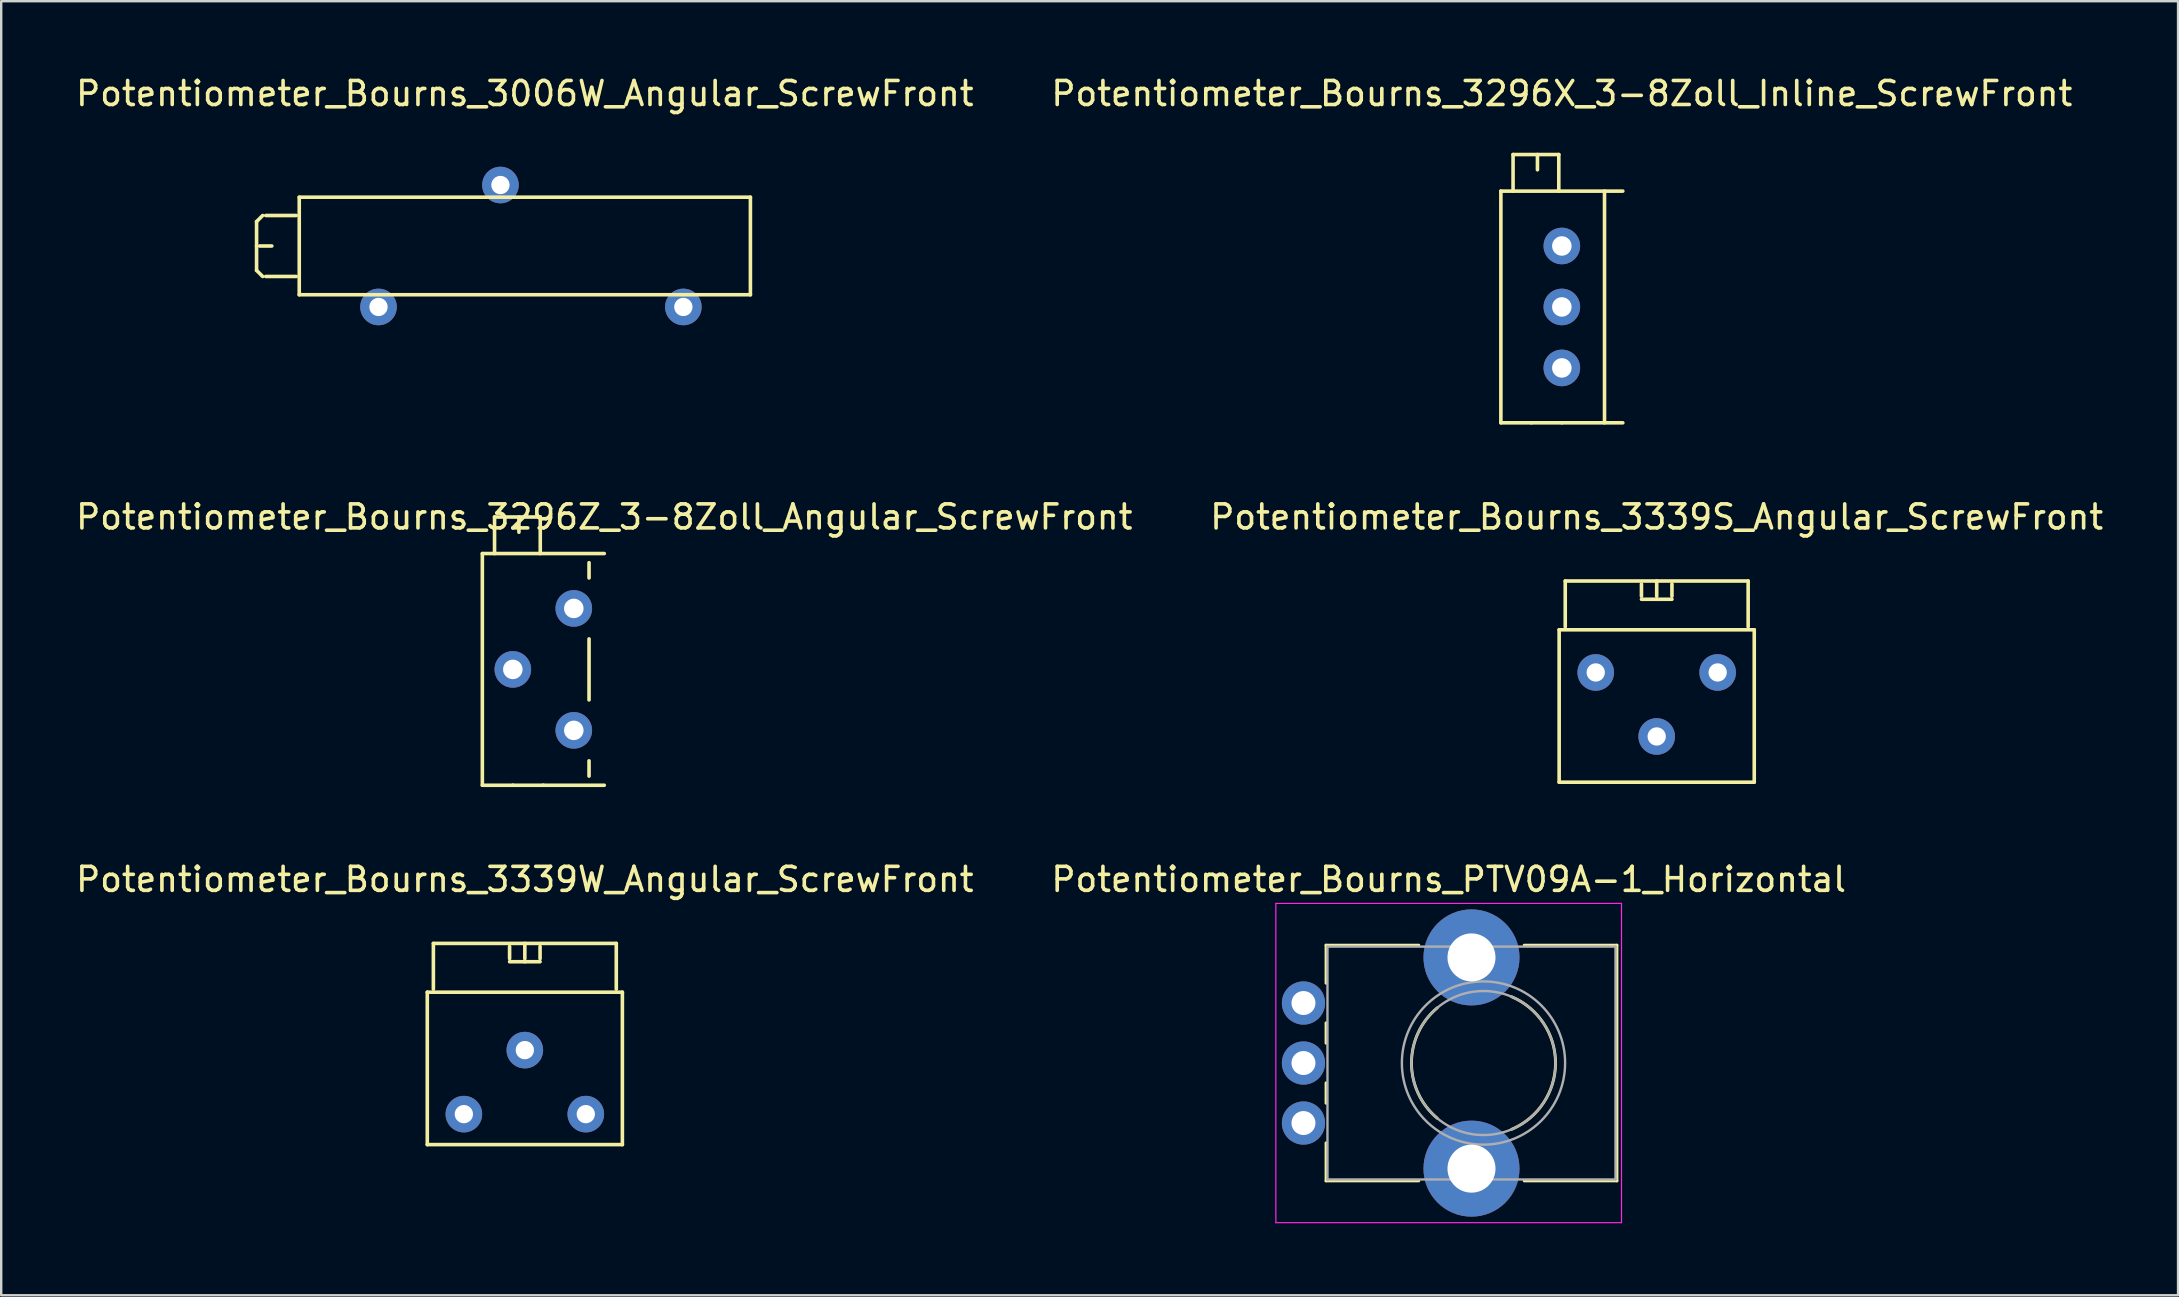
<source format=kicad_pcb>
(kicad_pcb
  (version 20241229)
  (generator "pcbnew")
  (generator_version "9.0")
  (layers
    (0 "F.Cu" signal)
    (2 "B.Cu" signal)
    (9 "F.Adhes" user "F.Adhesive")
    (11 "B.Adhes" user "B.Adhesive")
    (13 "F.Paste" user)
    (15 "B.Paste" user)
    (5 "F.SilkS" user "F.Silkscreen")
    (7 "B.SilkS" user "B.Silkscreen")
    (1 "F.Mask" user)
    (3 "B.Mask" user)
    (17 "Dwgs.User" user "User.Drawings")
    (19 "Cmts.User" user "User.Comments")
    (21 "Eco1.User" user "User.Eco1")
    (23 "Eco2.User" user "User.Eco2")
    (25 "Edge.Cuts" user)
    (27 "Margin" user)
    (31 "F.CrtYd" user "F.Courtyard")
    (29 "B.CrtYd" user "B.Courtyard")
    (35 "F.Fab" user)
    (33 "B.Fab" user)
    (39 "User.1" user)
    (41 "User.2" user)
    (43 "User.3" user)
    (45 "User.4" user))
  (footprint "Potentiometer_Bourns_3296X_3-8Zoll_Inline_ScrewFront"
    (layer "F.Cu")
    (at 62.018 12.278)
    (property "Reference" "Potentiometer_Bourns_3296X_3-8Zoll_Inline_ScrewFront" (at 0 -11.43 0) (layer "F.SilkS") (effects (font (size 1 1) (thickness 0.15))))
    (attr through_hole)
    (fp_line (start -2.54 -7.366) (end 2.54 -7.366) (stroke (width 0.15) (type solid)) (layer "F.SilkS"))
    (fp_line (start -2.54 2.286) (end -2.54 -7.366) (stroke (width 0.15) (type solid)) (layer "F.SilkS"))
    (fp_line (start -2.032 -8.89) (end -0.127 -8.89) (stroke (width 0.15) (type solid)) (layer "F.SilkS"))
    (fp_line (start -2.032 -7.366) (end -2.032 -8.89) (stroke (width 0.15) (type solid)) (layer "F.SilkS"))
    (fp_line (start -1.27 2.286) (end -2.54 2.286) (stroke (width 0.15) (type solid)) (layer "F.SilkS"))
    (fp_line (start -1.016 -8.89) (end -1.016 -8.255) (stroke (width 0.15) (type solid)) (layer "F.SilkS"))
    (fp_line (start -0.127 -8.89) (end -0.127 -7.366) (stroke (width 0.15) (type solid)) (layer "F.SilkS"))
    (fp_line (start 0 2.286) (end -1.27 2.286) (stroke (width 0.15) (type solid)) (layer "F.SilkS"))
    (fp_line (start 1.778 -7.366) (end 1.778 2.286) (stroke (width 0.15) (type solid)) (layer "F.SilkS"))
    (fp_line (start 2.54 2.286) (end 0 2.286) (stroke (width 0.15) (type solid)) (layer "F.SilkS"))
    (pad "1" thru_hole circle (at 0 0) (size 1.524 1.524) (drill 0.813) (layers "*.Cu" "*.Mask"))
    (pad "2" thru_hole circle (at 0 -2.54) (size 1.524 1.524) (drill 0.813) (layers "*.Cu" "*.Mask"))
    (pad "3" thru_hole circle (at 0 -5.08) (size 1.524 1.524) (drill 0.813) (layers "*.Cu" "*.Mask")))
  (footprint "Potentiometer_Bourns_PTV09A-1_Horizontal"
    (layer "F.Cu")
    (at 51.254 43.737)
    (property "Reference" "Potentiometer_Bourns_PTV09A-1_Horizontal" (at 6.05 -10.15 0) (layer "F.SilkS") (effects (font (size 1 1) (thickness 0.15))))
    (attr through_hole)
    (fp_line (start 0.94 -7.41) (end 0.94 -5.825) (stroke (width 0.12) (type solid)) (layer "F.SilkS"))
    (fp_line (start 0.94 -7.41) (end 4.806 -7.41) (stroke (width 0.12) (type solid)) (layer "F.SilkS"))
    (fp_line (start 0.94 -4.175) (end 0.94 -3.325) (stroke (width 0.12) (type solid)) (layer "F.SilkS"))
    (fp_line (start 0.94 -1.675) (end 0.94 -0.825) (stroke (width 0.12) (type solid)) (layer "F.SilkS"))
    (fp_line (start 0.94 0.825) (end 0.94 2.41) (stroke (width 0.12) (type solid)) (layer "F.SilkS"))
    (fp_line (start 0.94 2.41) (end 4.806 2.41) (stroke (width 0.12) (type solid)) (layer "F.SilkS"))
    (fp_line (start 9.195 -7.41) (end 13.06 -7.41) (stroke (width 0.12) (type solid)) (layer "F.SilkS"))
    (fp_line (start 9.195 2.41) (end 13.06 2.41) (stroke (width 0.12) (type solid)) (layer "F.SilkS"))
    (fp_line (start 13.06 -7.41) (end 13.06 2.41) (stroke (width 0.12) (type solid)) (layer "F.SilkS"))
    (fp_arc (start 5.571705 -0.202247) (mid 4.500335 -2.500192) (end 5.572 -4.798) (stroke (width 0.12) (type solid)) (layer "F.SilkS"))
    (fp_arc (start 8.671982 -5.262432) (mid 10.500762 -2.500553) (end 8.673 0.262) (stroke (width 0.12) (type solid)) (layer "F.SilkS"))
    (fp_line (start -1.15 -9.15) (end -1.15 4.15) (stroke (width 0.05) (type solid)) (layer "F.CrtYd"))
    (fp_line (start -1.15 4.15) (end 13.25 4.15) (stroke (width 0.05) (type solid)) (layer "F.CrtYd"))
    (fp_line (start 13.25 -9.15) (end -1.15 -9.15) (stroke (width 0.05) (type solid)) (layer "F.CrtYd"))
    (fp_line (start 13.25 4.15) (end 13.25 -9.15) (stroke (width 0.05) (type solid)) (layer "F.CrtYd"))
    (fp_line (start 1 -7.35) (end 1 2.35) (stroke (width 0.1) (type solid)) (layer "F.Fab"))
    (fp_line (start 1 2.35) (end 13 2.35) (stroke (width 0.1) (type solid)) (layer "F.Fab"))
    (fp_line (start 13 -7.35) (end 1 -7.35) (stroke (width 0.1) (type solid)) (layer "F.Fab"))
    (fp_line (start 13 2.35) (end 13 -7.35) (stroke (width 0.1) (type solid)) (layer "F.Fab"))
    (fp_circle (center 7.5 -2.5) (end 10.5 -2.5) (stroke (width 0.1) (type solid)) (fill no) (layer "F.Fab"))
    (fp_circle (center 7.5 -2.5) (end 10.9 -2.5) (stroke (width 0.1) (type solid)) (fill no) (layer "F.Fab"))
    (pad "" np_thru_hole circle (at 7 -6.9) (size 4 4) (drill 2) (layers "*.Cu" "*.Mask"))
    (pad "" np_thru_hole circle (at 7 1.9) (size 4 4) (drill 2) (layers "*.Cu" "*.Mask"))
    (pad "1" thru_hole circle (at 0 0) (size 1.8 1.8) (drill 1) (layers "*.Cu" "*.Mask"))
    (pad "2" thru_hole circle (at 0 -2.5) (size 1.8 1.8) (drill 1) (layers "*.Cu" "*.Mask"))
    (pad "3" thru_hole circle (at 0 -5) (size 1.8 1.8) (drill 1) (layers "*.Cu" "*.Mask")))
  (footprint "Potentiometer_Bourns_3339W_Angular_ScrewFront"
    (layer "F.Cu")
    (at 21.355 43.366)
    (property "Reference" "Potentiometer_Bourns_3339W_Angular_ScrewFront" (at -2.54 -9.779 0) (layer "F.SilkS") (effects (font (size 1 1) (thickness 0.15))))
    (attr through_hole)
    (fp_line (start -6.604 -5.08) (end -6.604 1.27) (stroke (width 0.15) (type solid)) (layer "F.SilkS"))
    (fp_line (start -6.604 -5.08) (end 1.524 -5.08) (stroke (width 0.15) (type solid)) (layer "F.SilkS"))
    (fp_line (start -6.604 1.27) (end 1.524 1.27) (stroke (width 0.15) (type solid)) (layer "F.SilkS"))
    (fp_line (start -6.35 -7.112) (end -6.35 -5.207) (stroke (width 0.15) (type solid)) (layer "F.SilkS"))
    (fp_line (start -6.35 -7.112) (end 1.27 -7.112) (stroke (width 0.15) (type solid)) (layer "F.SilkS"))
    (fp_line (start -3.175 -6.477) (end -3.175 -6.985) (stroke (width 0.15) (type solid)) (layer "F.SilkS"))
    (fp_line (start -2.54 -7.112) (end -2.54 -6.477) (stroke (width 0.15) (type solid)) (layer "F.SilkS"))
    (fp_line (start -2.54 -6.35) (end -3.175 -6.35) (stroke (width 0.15) (type solid)) (layer "F.SilkS"))
    (fp_line (start -2.54 -6.35) (end -1.905 -6.35) (stroke (width 0.15) (type solid)) (layer "F.SilkS"))
    (fp_line (start -1.905 -6.477) (end -1.905 -6.985) (stroke (width 0.15) (type solid)) (layer "F.SilkS"))
    (fp_line (start 1.27 -7.112) (end 1.27 -5.207) (stroke (width 0.15) (type solid)) (layer "F.SilkS"))
    (fp_line (start 1.524 -5.08) (end 1.524 1.27) (stroke (width 0.15) (type solid)) (layer "F.SilkS"))
    (pad "1" thru_hole circle (at 0 0) (size 1.524 1.524) (drill 0.762) (layers "*.Cu" "*.Mask"))
    (pad "2" thru_hole circle (at -2.54 -2.667) (size 1.524 1.524) (drill 0.762) (layers "*.Cu" "*.Mask"))
    (pad "3" thru_hole circle (at -5.08 0) (size 1.524 1.524) (drill 0.762) (layers "*.Cu" "*.Mask")))
  (footprint "Potentiometer_Bourns_3339S_Angular_ScrewFront"
    (layer "F.Cu")
    (at 68.51 24.965)
    (property "Reference" "Potentiometer_Bourns_3339S_Angular_ScrewFront" (at -2.54 -6.477 0) (layer "F.SilkS") (effects (font (size 1 1) (thickness 0.15))))
    (attr through_hole)
    (fp_line (start -6.604 -1.778) (end -6.604 4.572) (stroke (width 0.15) (type solid)) (layer "F.SilkS"))
    (fp_line (start -6.604 -1.778) (end 1.524 -1.778) (stroke (width 0.15) (type solid)) (layer "F.SilkS"))
    (fp_line (start -6.604 4.572) (end 1.524 4.572) (stroke (width 0.15) (type solid)) (layer "F.SilkS"))
    (fp_line (start -6.35 -3.81) (end -6.35 -1.905) (stroke (width 0.15) (type solid)) (layer "F.SilkS"))
    (fp_line (start -6.35 -3.81) (end 1.27 -3.81) (stroke (width 0.15) (type solid)) (layer "F.SilkS"))
    (fp_line (start -3.175 -3.175) (end -3.175 -3.683) (stroke (width 0.15) (type solid)) (layer "F.SilkS"))
    (fp_line (start -2.54 -3.81) (end -2.54 -3.175) (stroke (width 0.15) (type solid)) (layer "F.SilkS"))
    (fp_line (start -2.54 -3.048) (end -3.175 -3.048) (stroke (width 0.15) (type solid)) (layer "F.SilkS"))
    (fp_line (start -2.54 -3.048) (end -1.905 -3.048) (stroke (width 0.15) (type solid)) (layer "F.SilkS"))
    (fp_line (start -1.905 -3.175) (end -1.905 -3.683) (stroke (width 0.15) (type solid)) (layer "F.SilkS"))
    (fp_line (start 1.27 -3.81) (end 1.27 -1.905) (stroke (width 0.15) (type solid)) (layer "F.SilkS"))
    (fp_line (start 1.524 -1.778) (end 1.524 4.572) (stroke (width 0.15) (type solid)) (layer "F.SilkS"))
    (pad "1" thru_hole circle (at 0 0) (size 1.524 1.524) (drill 0.762) (layers "*.Cu" "*.Mask"))
    (pad "2" thru_hole circle (at -2.54 2.667) (size 1.524 1.524) (drill 0.762) (layers "*.Cu" "*.Mask"))
    (pad "3" thru_hole circle (at -5.08 0) (size 1.524 1.524) (drill 0.762) (layers "*.Cu" "*.Mask")))
  (footprint "Potentiometer_Bourns_3296Z_3-8Zoll_Angular_ScrewFront"
    (layer "F.Cu")
    (at 20.855 27.378)
    (property "Reference" "Potentiometer_Bourns_3296Z_3-8Zoll_Angular_ScrewFront" (at 1.27 -8.89 0) (layer "F.SilkS") (effects (font (size 1 1) (thickness 0.15))))
    (attr through_hole)
    (fp_line (start -3.81 -7.366) (end 1.27 -7.366) (stroke (width 0.15) (type solid)) (layer "F.SilkS"))
    (fp_line (start -3.81 2.286) (end -3.81 -7.366) (stroke (width 0.15) (type solid)) (layer "F.SilkS"))
    (fp_line (start -3.302 -8.89) (end -1.397 -8.89) (stroke (width 0.15) (type solid)) (layer "F.SilkS"))
    (fp_line (start -3.302 -7.366) (end -3.302 -8.89) (stroke (width 0.15) (type solid)) (layer "F.SilkS"))
    (fp_line (start -2.54 2.286) (end -3.81 2.286) (stroke (width 0.15) (type solid)) (layer "F.SilkS"))
    (fp_line (start -2.286 -8.89) (end -2.286 -8.255) (stroke (width 0.15) (type solid)) (layer "F.SilkS"))
    (fp_line (start -1.397 -8.89) (end -1.397 -7.366) (stroke (width 0.15) (type solid)) (layer "F.SilkS"))
    (fp_line (start -1.27 2.286) (end -2.54 2.286) (stroke (width 0.15) (type solid)) (layer "F.SilkS"))
    (fp_line (start 0.635 -6.985) (end 0.635 -6.35) (stroke (width 0.15) (type solid)) (layer "F.SilkS"))
    (fp_line (start 0.635 -3.81) (end 0.635 -1.27) (stroke (width 0.15) (type solid)) (layer "F.SilkS"))
    (fp_line (start 0.635 1.27) (end 0.635 1.905) (stroke (width 0.15) (type solid)) (layer "F.SilkS"))
    (fp_line (start 1.27 2.286) (end -1.27 2.286) (stroke (width 0.15) (type solid)) (layer "F.SilkS"))
    (pad "1" thru_hole circle (at 0 0) (size 1.524 1.524) (drill 0.813) (layers "*.Cu" "*.Mask"))
    (pad "2" thru_hole circle (at -2.54 -2.54) (size 1.524 1.524) (drill 0.813) (layers "*.Cu" "*.Mask"))
    (pad "3" thru_hole circle (at 0 -5.08) (size 1.524 1.524) (drill 0.813) (layers "*.Cu" "*.Mask")))
  (footprint "Potentiometer_Bourns_3006W_Angular_ScrewFront"
    (layer "F.Cu")
    (at 25.419 9.738)
    (property "Reference" "Potentiometer_Bourns_3006W_Angular_ScrewFront" (at -6.604 -8.89 0) (layer "F.SilkS") (effects (font (size 1 1) (thickness 0.15))))
    (attr through_hole)
    (fp_line (start -17.78 -3.556) (end -17.78 -2.54) (stroke (width 0.15) (type solid)) (layer "F.SilkS"))
    (fp_line (start -17.78 -2.54) (end -17.78 -1.524) (stroke (width 0.15) (type solid)) (layer "F.SilkS"))
    (fp_line (start -17.78 -1.524) (end -17.526 -1.27) (stroke (width 0.15) (type solid)) (layer "F.SilkS"))
    (fp_line (start -17.653 -2.54) (end -17.145 -2.54) (stroke (width 0.15) (type solid)) (layer "F.SilkS"))
    (fp_line (start -17.526 -3.81) (end -17.78 -3.556) (stroke (width 0.15) (type solid)) (layer "F.SilkS"))
    (fp_line (start -16.129 -3.81) (end -17.399 -3.81) (stroke (width 0.15) (type solid)) (layer "F.SilkS"))
    (fp_line (start -16.129 -1.27) (end -17.399 -1.27) (stroke (width 0.15) (type solid)) (layer "F.SilkS"))
    (fp_line (start -16.002 -0.508) (end -16.002 -4.572) (stroke (width 0.15) (type solid)) (layer "F.SilkS"))
    (fp_line (start -16.002 -0.508) (end 2.794 -0.508) (stroke (width 0.15) (type solid)) (layer "F.SilkS"))
    (fp_line (start 2.794 -4.572) (end -16.002 -4.572) (stroke (width 0.15) (type solid)) (layer "F.SilkS"))
    (fp_line (start 2.794 -0.508) (end 2.794 -4.572) (stroke (width 0.15) (type solid)) (layer "F.SilkS"))
    (pad "1" thru_hole circle (at 0 0) (size 1.524 1.524) (drill 0.762) (layers "*.Cu" "*.Mask"))
    (pad "2" thru_hole circle (at -7.62 -5.08) (size 1.524 1.524) (drill 0.762) (layers "*.Cu" "*.Mask"))
    (pad "3" thru_hole circle (at -12.7 0) (size 1.524 1.524) (drill 0.762) (layers "*.Cu" "*.Mask")))
  (gr_rect
    (start -3 -3)
    (end 87.69 50.912)
    (stroke (width 0.1) (type default))
    (fill no)
    (layer "Edge.Cuts")))
</source>
